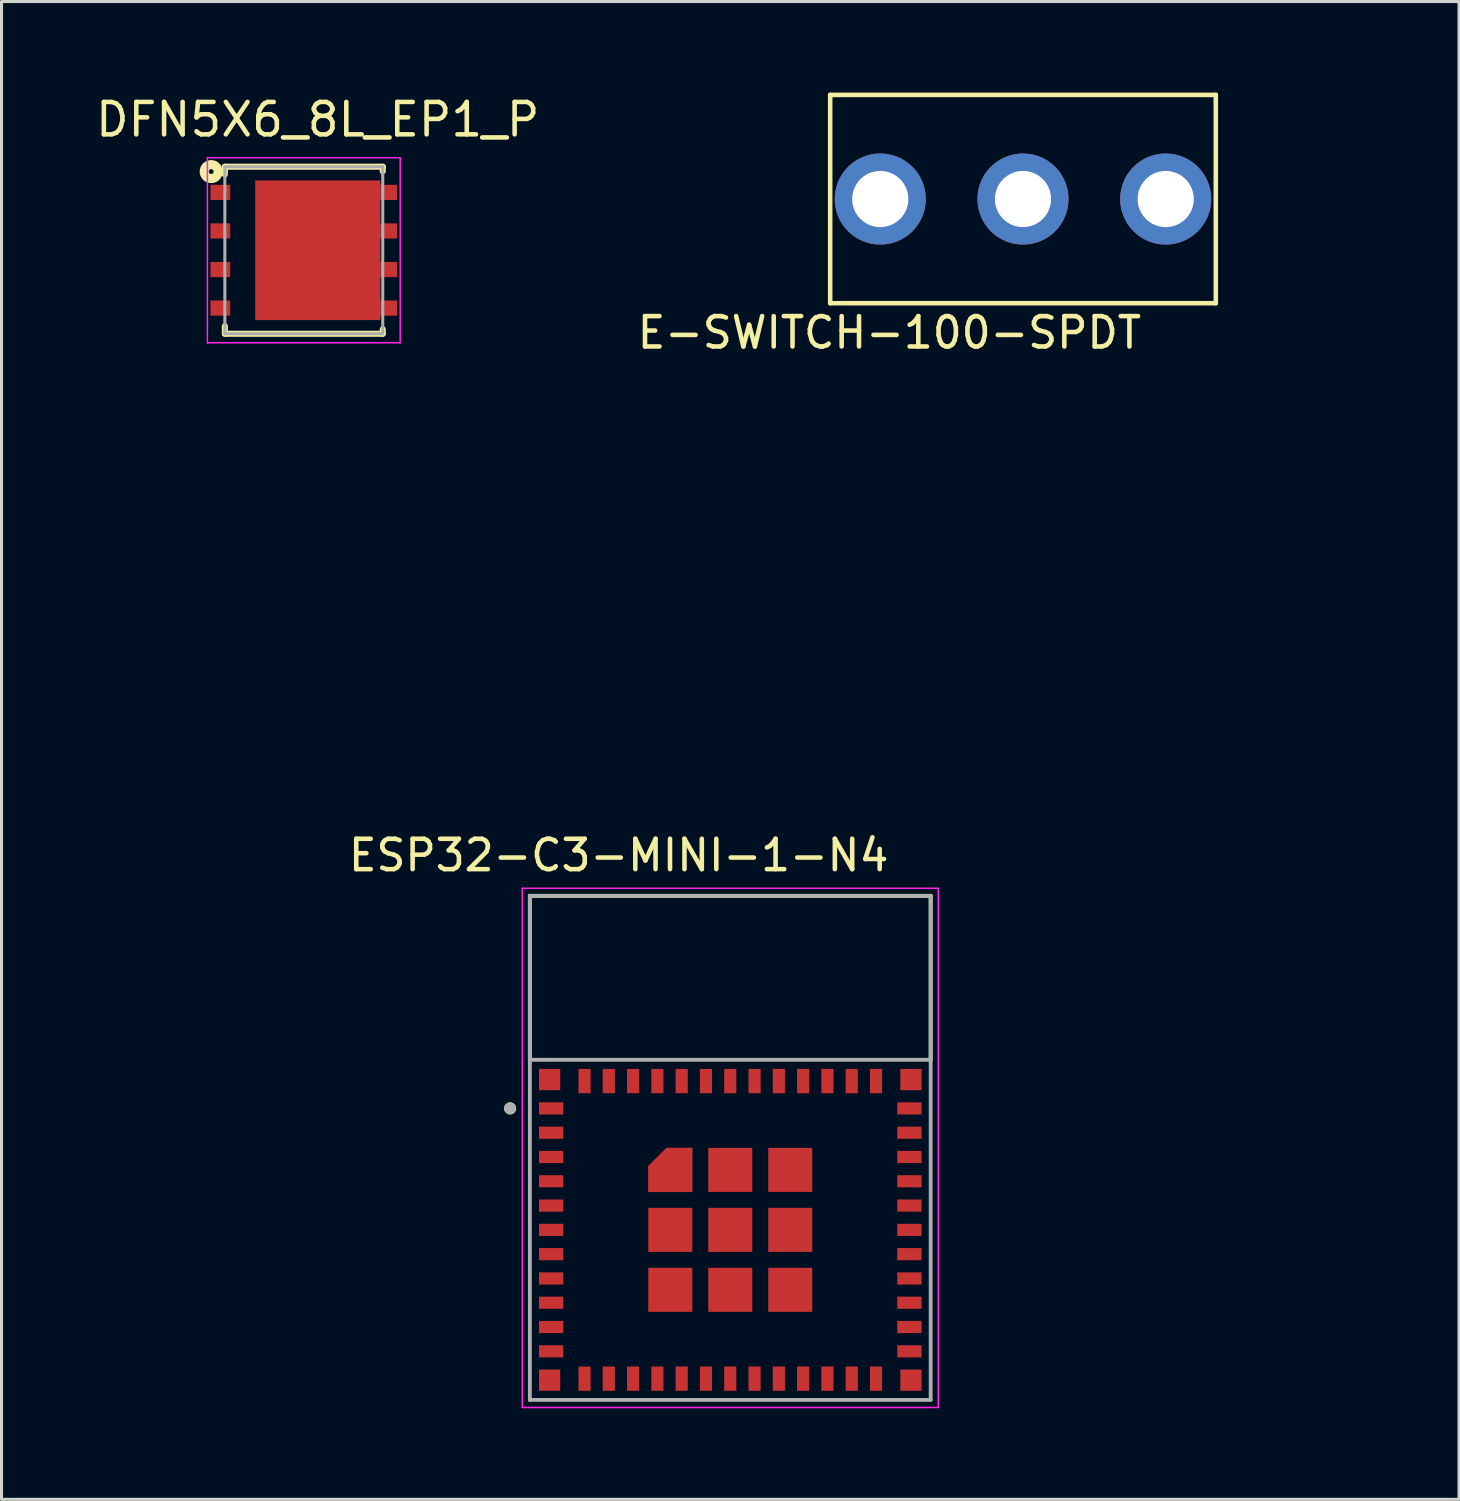
<source format=kicad_pcb>
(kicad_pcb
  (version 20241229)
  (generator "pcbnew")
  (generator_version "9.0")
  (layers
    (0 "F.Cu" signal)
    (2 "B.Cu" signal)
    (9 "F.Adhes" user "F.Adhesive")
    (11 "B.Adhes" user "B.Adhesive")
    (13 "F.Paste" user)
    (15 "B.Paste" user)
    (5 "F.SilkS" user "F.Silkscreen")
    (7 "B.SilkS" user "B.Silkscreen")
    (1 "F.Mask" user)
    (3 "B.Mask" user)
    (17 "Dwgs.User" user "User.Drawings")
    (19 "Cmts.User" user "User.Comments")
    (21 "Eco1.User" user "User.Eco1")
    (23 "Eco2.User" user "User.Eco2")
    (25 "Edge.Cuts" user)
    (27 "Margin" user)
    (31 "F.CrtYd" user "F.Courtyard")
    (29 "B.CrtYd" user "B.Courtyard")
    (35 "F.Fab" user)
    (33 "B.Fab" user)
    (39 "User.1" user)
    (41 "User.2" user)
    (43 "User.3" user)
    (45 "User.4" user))
  (footprint "DFN5X6_8L_EP1_P"
    (layer "F.Cu")
    (at 6.955 5.191)
    (property "Reference" "DFN5X6_8L_EP1_P" (at 0.459 -4.303 0) (layer "F.SilkS") (effects (font (size 1.068 1.068) (thickness 0.15))))
    (attr smd)
    (fp_line (start -2.6 -2.75) (end -2.6 -2.5) (stroke (width 0.2) (type solid)) (layer "F.SilkS"))
    (fp_line (start -2.6 2.5) (end -2.6 2.75) (stroke (width 0.2) (type solid)) (layer "F.SilkS"))
    (fp_line (start 2.6 -2.75) (end -2.6 -2.75) (stroke (width 0.2) (type solid)) (layer "F.SilkS"))
    (fp_line (start 2.6 -2.75) (end 2.6 -2.6) (stroke (width 0.2) (type solid)) (layer "F.SilkS"))
    (fp_line (start 2.6 2.6) (end 2.6 2.75) (stroke (width 0.2) (type solid)) (layer "F.SilkS"))
    (fp_line (start 2.6 2.75) (end -2.6 2.75) (stroke (width 0.2) (type solid)) (layer "F.SilkS"))
    (fp_circle (center -3.05 -2.59) (end -2.97 -2.59) (stroke (width 0.3) (type solid)) (fill no) (layer "F.SilkS"))
    (fp_line (start -3.175 -3.048) (end 3.175 -3.048) (stroke (width 0.05) (type solid)) (layer "F.CrtYd"))
    (fp_line (start -3.175 3.048) (end -3.175 -3.048) (stroke (width 0.05) (type solid)) (layer "F.CrtYd"))
    (fp_line (start 3.175 -3.048) (end 3.175 3.048) (stroke (width 0.05) (type solid)) (layer "F.CrtYd"))
    (fp_line (start 3.175 3.048) (end -3.175 3.048) (stroke (width 0.05) (type solid)) (layer "F.CrtYd"))
    (fp_line (start -2.6 -2.75) (end 2.6 -2.75) (stroke (width 0.1) (type solid)) (layer "F.Fab"))
    (fp_line (start -2.6 2.75) (end -2.6 -2.75) (stroke (width 0.1) (type solid)) (layer "F.Fab"))
    (fp_line (start 2.6 -2.75) (end 2.6 2.75) (stroke (width 0.1) (type solid)) (layer "F.Fab"))
    (fp_line (start 2.6 2.75) (end -2.6 2.75) (stroke (width 0.1) (type solid)) (layer "F.Fab"))
    (pad "1" smd rect (at -2.75 -1.905) (size 0.65 0.5) (layers "F.Cu" "F.Mask" "F.Paste"))
    (pad "2" smd rect (at -2.75 -0.635) (size 0.65 0.5) (layers "F.Cu" "F.Mask" "F.Paste"))
    (pad "3" smd rect (at -2.75 0.635) (size 0.65 0.5) (layers "F.Cu" "F.Mask" "F.Paste"))
    (pad "4" smd rect (at -2.75 1.905) (size 0.65 0.5) (layers "F.Cu" "F.Mask" "F.Paste"))
    (pad "5" smd rect (at 2.795 1.905) (size 0.55 0.5) (layers "F.Cu" "F.Mask" "F.Paste"))
    (pad "6" smd rect (at 2.795 0.635) (size 0.55 0.5) (layers "F.Cu" "F.Mask" "F.Paste"))
    (pad "7" smd rect (at 2.795 -0.635) (size 0.55 0.5) (layers "F.Cu" "F.Mask" "F.Paste"))
    (pad "8" smd rect (at 2.795 -1.905) (size 0.55 0.5) (layers "F.Cu" "F.Mask" "F.Paste"))
    (pad "9" smd rect (at 0.46 0) (size 4.12 4.6) (layers "F.Cu" "F.Mask" "F.Paste")))
  (footprint "ESP32-C3-MINI-1-N4"
    (layer "F.Cu")
    (at 21 34.753)
    (property "Reference" "ESP32-C3-MINI-1-N4" (at -3.675 -9.635 0) (layer "F.SilkS") (effects (font (size 1 1) (thickness 0.15))))
    (attr smd)
    (fp_poly (pts (xy -1.15 1.55) (xy -2.8 1.55) (xy -2.8 0.56) (xy -2.14 -0.1) (xy -1.15 -0.1)) (stroke (width 0.01) (type solid)) (fill yes) (layer "F.Mask"))
    (fp_line (start -6.6 -8.3) (end 6.6 -8.3) (stroke (width 0.127) (type solid)) (layer "F.SilkS"))
    (fp_line (start -6.6 -2.92) (end -6.6 -8.3) (stroke (width 0.127) (type solid)) (layer "F.SilkS"))
    (fp_line (start 6.6 -8.3) (end 6.6 -2.92) (stroke (width 0.127) (type solid)) (layer "F.SilkS"))
    (fp_circle (center -7.25 -1.3) (end -7.15 -1.3) (stroke (width 0.2) (type solid)) (fill no) (layer "F.SilkS"))
    (fp_poly (pts (xy -1.25 1.45) (xy -2.7 1.45) (xy -2.7 0.6) (xy -2.1 0) (xy -1.25 0)) (stroke (width 0.01) (type solid)) (fill yes) (layer "F.Paste"))
    (fp_line (start -6.85 -8.55) (end -6.85 8.55) (stroke (width 0.05) (type solid)) (layer "F.CrtYd"))
    (fp_line (start -6.85 8.55) (end 6.85 8.55) (stroke (width 0.05) (type solid)) (layer "F.CrtYd"))
    (fp_line (start 6.85 -8.55) (end -6.85 -8.55) (stroke (width 0.05) (type solid)) (layer "F.CrtYd"))
    (fp_line (start 6.85 8.55) (end 6.85 -8.55) (stroke (width 0.05) (type solid)) (layer "F.CrtYd"))
    (fp_line (start -6.6 -8.3) (end 6.6 -8.3) (stroke (width 0.127) (type solid)) (layer "F.Fab"))
    (fp_line (start -6.6 -2.9) (end -6.6 -8.3) (stroke (width 0.127) (type solid)) (layer "F.Fab"))
    (fp_line (start -6.6 -2.9) (end 6.6 -2.9) (stroke (width 0.127) (type solid)) (layer "F.Fab"))
    (fp_line (start -6.6 8.3) (end -6.6 -2.9) (stroke (width 0.127) (type solid)) (layer "F.Fab"))
    (fp_line (start 6.6 -8.3) (end 6.6 -2.9) (stroke (width 0.127) (type solid)) (layer "F.Fab"))
    (fp_line (start 6.6 -2.9) (end 6.6 8.3) (stroke (width 0.127) (type solid)) (layer "F.Fab"))
    (fp_line (start 6.6 8.3) (end -6.6 8.3) (stroke (width 0.127) (type solid)) (layer "F.Fab"))
    (fp_circle (center -7.25 -1.3) (end -7.15 -1.3) (stroke (width 0.2) (type solid)) (fill no) (layer "F.Fab"))
    (pad "1" smd rect (at -5.9 -1.3) (size 0.8 0.4) (layers "F.Cu" "F.Mask" "F.Paste"))
    (pad "2" smd rect (at -5.9 -0.5) (size 0.8 0.4) (layers "F.Cu" "F.Mask" "F.Paste"))
    (pad "3" smd rect (at -5.9 0.3) (size 0.8 0.4) (layers "F.Cu" "F.Mask" "F.Paste"))
    (pad "4" smd rect (at -5.9 1.1) (size 0.8 0.4) (layers "F.Cu" "F.Mask" "F.Paste"))
    (pad "5" smd rect (at -5.9 1.9) (size 0.8 0.4) (layers "F.Cu" "F.Mask" "F.Paste"))
    (pad "6" smd rect (at -5.9 2.7) (size 0.8 0.4) (layers "F.Cu" "F.Mask" "F.Paste"))
    (pad "7" smd rect (at -5.9 3.5) (size 0.8 0.4) (layers "F.Cu" "F.Mask" "F.Paste"))
    (pad "8" smd rect (at -5.9 4.3) (size 0.8 0.4) (layers "F.Cu" "F.Mask" "F.Paste"))
    (pad "9" smd rect (at -5.9 5.1) (size 0.8 0.4) (layers "F.Cu" "F.Mask" "F.Paste"))
    (pad "10" smd rect (at -5.9 5.9) (size 0.8 0.4) (layers "F.Cu" "F.Mask" "F.Paste"))
    (pad "11" smd rect (at -5.9 6.7) (size 0.8 0.4) (layers "F.Cu" "F.Mask" "F.Paste"))
    (pad "12" smd rect (at -4.8 7.6) (size 0.4 0.8) (layers "F.Cu" "F.Mask" "F.Paste"))
    (pad "13" smd rect (at -4 7.6) (size 0.4 0.8) (layers "F.Cu" "F.Mask" "F.Paste"))
    (pad "14" smd rect (at -3.2 7.6) (size 0.4 0.8) (layers "F.Cu" "F.Mask" "F.Paste"))
    (pad "15" smd rect (at -2.4 7.6) (size 0.4 0.8) (layers "F.Cu" "F.Mask" "F.Paste"))
    (pad "16" smd rect (at -1.6 7.6) (size 0.4 0.8) (layers "F.Cu" "F.Mask" "F.Paste"))
    (pad "17" smd rect (at -0.8 7.6) (size 0.4 0.8) (layers "F.Cu" "F.Mask" "F.Paste"))
    (pad "18" smd rect (at 0 7.6) (size 0.4 0.8) (layers "F.Cu" "F.Mask" "F.Paste"))
    (pad "19" smd rect (at 0.8 7.6) (size 0.4 0.8) (layers "F.Cu" "F.Mask" "F.Paste"))
    (pad "20" smd rect (at 1.6 7.6) (size 0.4 0.8) (layers "F.Cu" "F.Mask" "F.Paste"))
    (pad "21" smd rect (at 2.4 7.6) (size 0.4 0.8) (layers "F.Cu" "F.Mask" "F.Paste"))
    (pad "22" smd rect (at 3.2 7.6) (size 0.4 0.8) (layers "F.Cu" "F.Mask" "F.Paste"))
    (pad "23" smd rect (at 4 7.6) (size 0.4 0.8) (layers "F.Cu" "F.Mask" "F.Paste"))
    (pad "24" smd rect (at 4.8 7.6) (size 0.4 0.8) (layers "F.Cu" "F.Mask" "F.Paste"))
    (pad "25" smd rect (at 5.9 6.7) (size 0.8 0.4) (layers "F.Cu" "F.Mask" "F.Paste"))
    (pad "26" smd rect (at 5.9 5.9) (size 0.8 0.4) (layers "F.Cu" "F.Mask" "F.Paste"))
    (pad "27" smd rect (at 5.9 5.1) (size 0.8 0.4) (layers "F.Cu" "F.Mask" "F.Paste"))
    (pad "28" smd rect (at 5.9 4.3) (size 0.8 0.4) (layers "F.Cu" "F.Mask" "F.Paste"))
    (pad "29" smd rect (at 5.9 3.5) (size 0.8 0.4) (layers "F.Cu" "F.Mask" "F.Paste"))
    (pad "30" smd rect (at 5.9 2.7) (size 0.8 0.4) (layers "F.Cu" "F.Mask" "F.Paste"))
    (pad "31" smd rect (at 5.9 1.9) (size 0.8 0.4) (layers "F.Cu" "F.Mask" "F.Paste"))
    (pad "32" smd rect (at 5.9 1.1) (size 0.8 0.4) (layers "F.Cu" "F.Mask" "F.Paste"))
    (pad "33" smd rect (at 5.9 0.3) (size 0.8 0.4) (layers "F.Cu" "F.Mask" "F.Paste"))
    (pad "34" smd rect (at 5.9 -0.5) (size 0.8 0.4) (layers "F.Cu" "F.Mask" "F.Paste"))
    (pad "35" smd rect (at 5.9 -1.3) (size 0.8 0.4) (layers "F.Cu" "F.Mask" "F.Paste"))
    (pad "36" smd rect (at 4.8 -2.2) (size 0.4 0.8) (layers "F.Cu" "F.Mask" "F.Paste"))
    (pad "37" smd rect (at 4 -2.2) (size 0.4 0.8) (layers "F.Cu" "F.Mask" "F.Paste"))
    (pad "38" smd rect (at 3.2 -2.2) (size 0.4 0.8) (layers "F.Cu" "F.Mask" "F.Paste"))
    (pad "39" smd rect (at 2.4 -2.2) (size 0.4 0.8) (layers "F.Cu" "F.Mask" "F.Paste"))
    (pad "40" smd rect (at 1.6 -2.2) (size 0.4 0.8) (layers "F.Cu" "F.Mask" "F.Paste"))
    (pad "41" smd rect (at 0.8 -2.2) (size 0.4 0.8) (layers "F.Cu" "F.Mask" "F.Paste"))
    (pad "42" smd rect (at 0 -2.2) (size 0.4 0.8) (layers "F.Cu" "F.Mask" "F.Paste"))
    (pad "43" smd rect (at -0.8 -2.2) (size 0.4 0.8) (layers "F.Cu" "F.Mask" "F.Paste"))
    (pad "44" smd rect (at -1.6 -2.2) (size 0.4 0.8) (layers "F.Cu" "F.Mask" "F.Paste"))
    (pad "45" smd rect (at -2.4 -2.2) (size 0.4 0.8) (layers "F.Cu" "F.Mask" "F.Paste"))
    (pad "46" smd rect (at -3.2 -2.2) (size 0.4 0.8) (layers "F.Cu" "F.Mask" "F.Paste"))
    (pad "47" smd rect (at -4 -2.2) (size 0.4 0.8) (layers "F.Cu" "F.Mask" "F.Paste"))
    (pad "48" smd rect (at -4.8 -2.2) (size 0.4 0.8) (layers "F.Cu" "F.Mask" "F.Paste"))
    (pad "49_1" smd custom (at -1.975 0.725) (size 0.6 0.6) (layers "F.Cu") (options (anchor rect)) (primitives (gr_poly (pts (xy 0.725 0.725) (xy -0.725 0.725) (xy -0.725 -0.125) (xy -0.125 -0.725) (xy 0.725 -0.725)) (width 0.01) (fill yes))))
    (pad "49_2" smd rect (at 0 0.725) (size 1.45 1.45) (layers "F.Cu" "F.Mask" "F.Paste"))
    (pad "49_3" smd rect (at 1.975 0.725) (size 1.45 1.45) (layers "F.Cu" "F.Mask" "F.Paste"))
    (pad "49_4" smd rect (at 1.975 2.7) (size 1.45 1.45) (layers "F.Cu" "F.Mask" "F.Paste"))
    (pad "49_5" smd rect (at 1.975 4.675) (size 1.45 1.45) (layers "F.Cu" "F.Mask" "F.Paste"))
    (pad "49_6" smd rect (at 0 4.675) (size 1.45 1.45) (layers "F.Cu" "F.Mask" "F.Paste"))
    (pad "49_7" smd rect (at -1.975 4.675) (size 1.45 1.45) (layers "F.Cu" "F.Mask" "F.Paste"))
    (pad "49_8" smd rect (at -1.975 2.7) (size 1.45 1.45) (layers "F.Cu" "F.Mask" "F.Paste"))
    (pad "49_9" smd rect (at 0 2.7) (size 1.45 1.45) (layers "F.Cu" "F.Mask" "F.Paste"))
    (pad "50" smd rect (at 5.95 -2.25) (size 0.7 0.7) (layers "F.Cu" "F.Mask" "F.Paste"))
    (pad "51" smd rect (at 5.95 7.65) (size 0.7 0.7) (layers "F.Cu" "F.Mask" "F.Paste"))
    (pad "52" smd rect (at -5.95 7.65) (size 0.7 0.7) (layers "F.Cu" "F.Mask" "F.Paste"))
    (pad "53" smd rect (at -5.95 -2.25) (size 0.7 0.7) (layers "F.Cu" "F.Mask" "F.Paste"))
    (zone (net_name "") (layer "F.Cu") (hatch full 0.508) (connect_pads) (min_thickness 0.01) (filled_areas_thickness no) (keepout (tracks not_allowed) (vias not_allowed) (pads not_allowed) (copperpour not_allowed) (footprints allowed)) (placement (enabled no)) (fill) (polygon (pts (xy 14.4 26.453) (xy 27.6 26.453) (xy 27.6 31.853) (xy 14.4 31.853))))
    (zone (net_name "") (layers "F.Cu" "B.Cu") (hatch full 0.508) (connect_pads) (min_thickness 0.01) (filled_areas_thickness no) (keepout (tracks allowed) (vias not_allowed) (pads allowed) (copperpour allowed) (footprints allowed)) (placement (enabled no)) (fill) (polygon (pts (xy 14.4 26.453) (xy 27.6 26.453) (xy 27.6 31.853) (xy 14.4 31.853))))
    (zone (net_name "") (layer "B.Cu") (hatch full 0.508) (connect_pads) (min_thickness 0.01) (filled_areas_thickness no) (keepout (tracks not_allowed) (vias not_allowed) (pads not_allowed) (copperpour not_allowed) (footprints allowed)) (placement (enabled no)) (fill) (polygon (pts (xy 14.4 26.453) (xy 27.6 26.453) (xy 27.6 31.853) (xy 14.4 31.853))))
    (zone (net_name "") (layer "F.SilkS") (hatch edge 0.5) (connect_pads) (min_thickness 0.25) (filled_areas_thickness no) (keepout (tracks not_allowed) (vias not_allowed) (pads not_allowed) (copperpour not_allowed) (footprints not_allowed)) (placement (enabled no)) (fill) (polygon (pts (xy 0 31.753) (xy 0 11.753) (xy 42 11.753) (xy 42 31.753)))))
  (footprint "E-SWITCH-100-SPDT"
    (layer "F.Cu")
    (at 30.64 3.505)
    (property "Reference" "E-SWITCH-100-SPDT" (at -4.4 4.4 0) (layer "F.SilkS") (effects (font (size 1 1) (thickness 0.15))))
    (attr through_hole)
    (fp_line (start -6.35 -3.43) (end -6.35 3.43) (stroke (width 0.15) (type solid)) (layer "F.SilkS"))
    (fp_line (start -6.35 -3.43) (end 6.35 -3.43) (stroke (width 0.15) (type solid)) (layer "F.SilkS"))
    (fp_line (start -6.35 3.43) (end 6.35 3.43) (stroke (width 0.15) (type solid)) (layer "F.SilkS"))
    (fp_line (start 6.35 -3.43) (end 6.35 3.43) (stroke (width 0.15) (type solid)) (layer "F.SilkS"))
    (pad "1" thru_hole circle (at -4.7 0) (size 3 3) (drill 1.85) (layers "*.Cu" "*.Mask"))
    (pad "2" thru_hole circle (at 0 0) (size 3 3) (drill 1.85) (layers "*.Cu" "*.Mask"))
    (pad "3" thru_hole circle (at 4.7 0) (size 3 3) (drill 1.85) (layers "*.Cu" "*.Mask")))
  (gr_rect
    (start -3 -3)
    (end 45 46.328)
    (stroke (width 0.1) (type default))
    (fill no)
    (layer "Edge.Cuts")))
</source>
